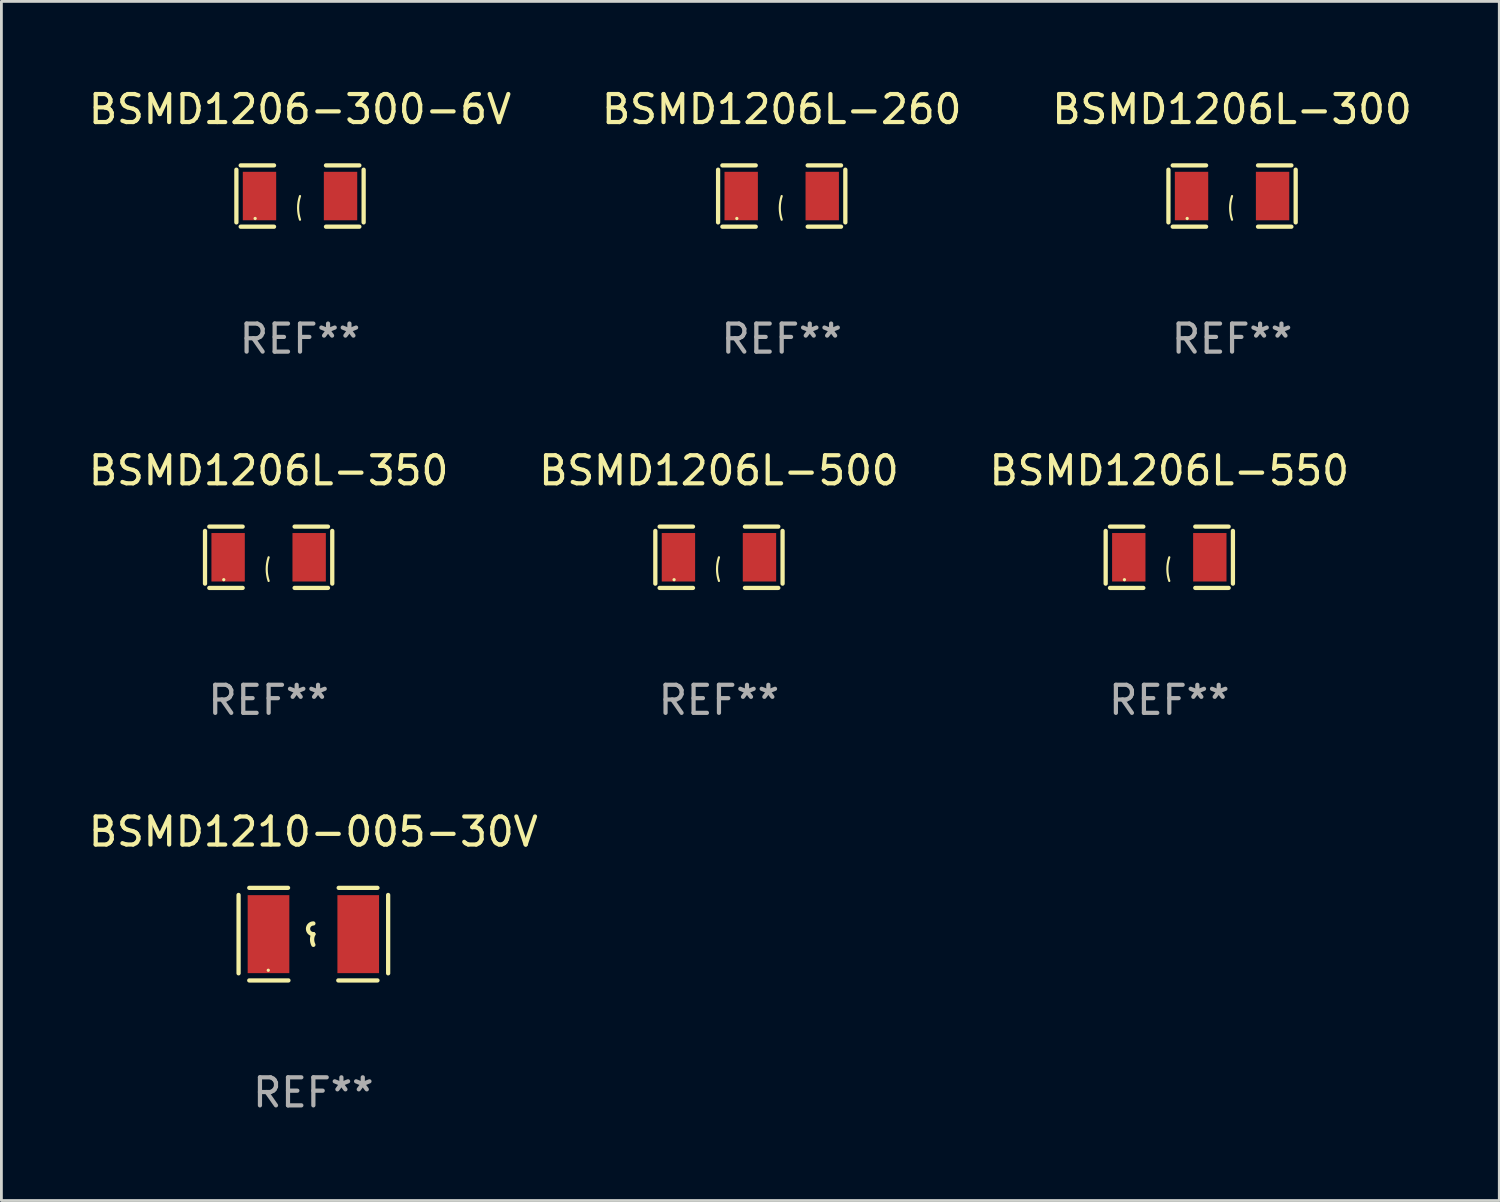
<source format=kicad_pcb>
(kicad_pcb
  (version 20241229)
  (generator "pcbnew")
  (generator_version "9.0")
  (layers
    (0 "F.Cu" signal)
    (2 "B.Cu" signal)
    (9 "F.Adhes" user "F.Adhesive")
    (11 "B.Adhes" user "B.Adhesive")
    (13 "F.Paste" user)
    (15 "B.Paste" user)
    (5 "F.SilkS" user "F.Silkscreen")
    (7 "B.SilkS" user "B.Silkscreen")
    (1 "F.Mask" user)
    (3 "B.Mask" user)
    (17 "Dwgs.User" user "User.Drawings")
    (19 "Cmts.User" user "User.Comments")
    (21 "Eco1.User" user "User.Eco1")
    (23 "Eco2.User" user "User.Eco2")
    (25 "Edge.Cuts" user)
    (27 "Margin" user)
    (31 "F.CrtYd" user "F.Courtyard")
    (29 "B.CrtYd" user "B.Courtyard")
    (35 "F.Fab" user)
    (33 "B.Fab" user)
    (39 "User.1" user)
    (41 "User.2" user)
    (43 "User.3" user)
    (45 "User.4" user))
  (footprint "BSMD1206L-500"
    (layer "F.Cu")
    (at 22.589 16.823)
    (property "Reference" "BSMD1206L-500" (at 0 -3.093 0) (layer "F.SilkS") (effects (font (size 1 1) (thickness 0.15))))
    (attr through_hole)
    (fp_line (start -2.269 -0.94) (end -2.269 0.94) (stroke (width 0.152) (type solid)) (layer "F.SilkS"))
    (fp_line (start -2.116 1.093) (end -0.926 1.093) (stroke (width 0.152) (type solid)) (layer "F.SilkS"))
    (fp_line (start -0.926 -1.093) (end -2.116 -1.093) (stroke (width 0.152) (type solid)) (layer "F.SilkS"))
    (fp_line (start 0.926 -1.093) (end 2.116 -1.093) (stroke (width 0.152) (type solid)) (layer "F.SilkS"))
    (fp_line (start 2.116 1.093) (end 0.926 1.093) (stroke (width 0.152) (type solid)) (layer "F.SilkS"))
    (fp_line (start 2.269 -0.94) (end 2.269 0.94) (stroke (width 0.152) (type solid)) (layer "F.SilkS"))
    (fp_arc (start 0 0.844951) (mid -0.068559 0.422475) (end 0 0) (stroke (width 0.0762) (type solid)) (layer "F.SilkS"))
    (fp_circle (center -1.6 0.8) (end -1.57 0.8) (stroke (width 0.06) (type solid)) (fill no) (layer "F.SilkS"))
    (fp_text user "REF**" (at 0 5.093 0) (layer "F.Fab") (effects (font (size 1 1) (thickness 0.15))))
    (pad "1" smd rect (at -1.445 0) (size 1.19 1.728) (layers "F.Cu" "F.Mask" "F.Paste"))
    (pad "2" smd rect (at 1.445 0) (size 1.19 1.728) (layers "F.Cu" "F.Mask" "F.Paste")))
  (footprint "BSMD1210-005-30V"
    (layer "F.Cu")
    (at 8.125 30.263)
    (property "Reference" "BSMD1210-005-30V" (at 0 -3.651 0) (layer "F.SilkS") (effects (font (size 1 1) (thickness 0.15))))
    (attr through_hole)
    (fp_line (start -2.667 -1.397) (end -2.667 1.397) (stroke (width 0.152) (type solid)) (layer "F.SilkS"))
    (fp_line (start -2.286 -1.651) (end -0.903 -1.651) (stroke (width 0.152) (type solid)) (layer "F.SilkS"))
    (fp_line (start -0.889 1.651) (end -2.286 1.651) (stroke (width 0.152) (type solid)) (layer "F.SilkS"))
    (fp_line (start 0.889 1.651) (end 2.286 1.651) (stroke (width 0.152) (type solid)) (layer "F.SilkS"))
    (fp_line (start 2.286 -1.651) (end 0.903 -1.651) (stroke (width 0.152) (type solid)) (layer "F.SilkS"))
    (fp_line (start 2.667 -1.397) (end 2.667 1.397) (stroke (width 0.152) (type solid)) (layer "F.SilkS"))
    (fp_arc (start 0 0) (mid -0.1905 -0.1905) (end 0 -0.381) (stroke (width 0.151994) (type solid)) (layer "F.SilkS"))
    (fp_arc (start 0 0.381001) (mid -0.044971 0.1905) (end 0 0) (stroke (width 0.151994) (type solid)) (layer "F.SilkS"))
    (fp_circle (center -1.608 1.288) (end -1.578 1.288) (stroke (width 0.06) (type solid)) (fill no) (layer "F.SilkS"))
    (fp_text user "REF**" (at 0 5.651 0) (layer "F.Fab") (effects (font (size 1 1) (thickness 0.15))))
    (pad "1" smd rect (at -1.6 0) (size 1.485 2.781) (layers "F.Cu" "F.Mask" "F.Paste"))
    (pad "2" smd rect (at 1.6 0) (size 1.485 2.781) (layers "F.Cu" "F.Mask" "F.Paste")))
  (footprint "BSMD1206L-300"
    (layer "F.Cu")
    (at 40.887 3.941)
    (property "Reference" "BSMD1206L-300" (at 0 -3.093 0) (layer "F.SilkS") (effects (font (size 1 1) (thickness 0.15))))
    (attr through_hole)
    (fp_line (start -2.269 -0.94) (end -2.269 0.94) (stroke (width 0.152) (type solid)) (layer "F.SilkS"))
    (fp_line (start -2.116 1.093) (end -0.926 1.093) (stroke (width 0.152) (type solid)) (layer "F.SilkS"))
    (fp_line (start -0.926 -1.093) (end -2.116 -1.093) (stroke (width 0.152) (type solid)) (layer "F.SilkS"))
    (fp_line (start 0.926 -1.093) (end 2.116 -1.093) (stroke (width 0.152) (type solid)) (layer "F.SilkS"))
    (fp_line (start 2.116 1.093) (end 0.926 1.093) (stroke (width 0.152) (type solid)) (layer "F.SilkS"))
    (fp_line (start 2.269 -0.94) (end 2.269 0.94) (stroke (width 0.152) (type solid)) (layer "F.SilkS"))
    (fp_arc (start 0 0.844951) (mid -0.068559 0.422475) (end 0 0) (stroke (width 0.0762) (type solid)) (layer "F.SilkS"))
    (fp_circle (center -1.6 0.8) (end -1.57 0.8) (stroke (width 0.06) (type solid)) (fill no) (layer "F.SilkS"))
    (fp_text user "REF**" (at 0 5.093 0) (layer "F.Fab") (effects (font (size 1 1) (thickness 0.15))))
    (pad "1" smd rect (at -1.445 0) (size 1.19 1.728) (layers "F.Cu" "F.Mask" "F.Paste"))
    (pad "2" smd rect (at 1.445 0) (size 1.19 1.728) (layers "F.Cu" "F.Mask" "F.Paste")))
  (footprint "BSMD1206-300-6V"
    (layer "F.Cu")
    (at 7.649 3.941)
    (property "Reference" "BSMD1206-300-6V" (at 0 -3.093 0) (layer "F.SilkS") (effects (font (size 1 1) (thickness 0.15))))
    (attr through_hole)
    (fp_line (start -2.269 -0.94) (end -2.269 0.94) (stroke (width 0.152) (type solid)) (layer "F.SilkS"))
    (fp_line (start -2.116 1.093) (end -0.926 1.093) (stroke (width 0.152) (type solid)) (layer "F.SilkS"))
    (fp_line (start -0.926 -1.093) (end -2.116 -1.093) (stroke (width 0.152) (type solid)) (layer "F.SilkS"))
    (fp_line (start 0.926 -1.093) (end 2.116 -1.093) (stroke (width 0.152) (type solid)) (layer "F.SilkS"))
    (fp_line (start 2.116 1.093) (end 0.926 1.093) (stroke (width 0.152) (type solid)) (layer "F.SilkS"))
    (fp_line (start 2.269 -0.94) (end 2.269 0.94) (stroke (width 0.152) (type solid)) (layer "F.SilkS"))
    (fp_arc (start 0 0.844951) (mid -0.068559 0.422475) (end 0 0) (stroke (width 0.0762) (type solid)) (layer "F.SilkS"))
    (fp_circle (center -1.6 0.8) (end -1.57 0.8) (stroke (width 0.06) (type solid)) (fill no) (layer "F.SilkS"))
    (fp_text user "REF**" (at 0 5.093 0) (layer "F.Fab") (effects (font (size 1 1) (thickness 0.15))))
    (pad "1" smd rect (at -1.445 0) (size 1.19 1.728) (layers "F.Cu" "F.Mask" "F.Paste"))
    (pad "2" smd rect (at 1.445 0) (size 1.19 1.728) (layers "F.Cu" "F.Mask" "F.Paste")))
  (footprint "BSMD1206L-550"
    (layer "F.Cu")
    (at 38.649 16.823)
    (property "Reference" "BSMD1206L-550" (at 0 -3.093 0) (layer "F.SilkS") (effects (font (size 1 1) (thickness 0.15))))
    (attr through_hole)
    (fp_line (start -2.269 -0.94) (end -2.269 0.94) (stroke (width 0.152) (type solid)) (layer "F.SilkS"))
    (fp_line (start -2.116 1.093) (end -0.926 1.093) (stroke (width 0.152) (type solid)) (layer "F.SilkS"))
    (fp_line (start -0.926 -1.093) (end -2.116 -1.093) (stroke (width 0.152) (type solid)) (layer "F.SilkS"))
    (fp_line (start 0.926 -1.093) (end 2.116 -1.093) (stroke (width 0.152) (type solid)) (layer "F.SilkS"))
    (fp_line (start 2.116 1.093) (end 0.926 1.093) (stroke (width 0.152) (type solid)) (layer "F.SilkS"))
    (fp_line (start 2.269 -0.94) (end 2.269 0.94) (stroke (width 0.152) (type solid)) (layer "F.SilkS"))
    (fp_arc (start 0 0.844951) (mid -0.068559 0.422475) (end 0 0) (stroke (width 0.0762) (type solid)) (layer "F.SilkS"))
    (fp_circle (center -1.6 0.8) (end -1.57 0.8) (stroke (width 0.06) (type solid)) (fill no) (layer "F.SilkS"))
    (fp_text user "REF**" (at 0 5.093 0) (layer "F.Fab") (effects (font (size 1 1) (thickness 0.15))))
    (pad "1" smd rect (at -1.445 0) (size 1.19 1.728) (layers "F.Cu" "F.Mask" "F.Paste"))
    (pad "2" smd rect (at 1.445 0) (size 1.19 1.728) (layers "F.Cu" "F.Mask" "F.Paste")))
  (footprint "BSMD1206L-260"
    (layer "F.Cu")
    (at 24.827 3.941)
    (property "Reference" "BSMD1206L-260" (at 0 -3.093 0) (layer "F.SilkS") (effects (font (size 1 1) (thickness 0.15))))
    (attr through_hole)
    (fp_line (start -2.269 -0.94) (end -2.269 0.94) (stroke (width 0.152) (type solid)) (layer "F.SilkS"))
    (fp_line (start -2.116 1.093) (end -0.926 1.093) (stroke (width 0.152) (type solid)) (layer "F.SilkS"))
    (fp_line (start -0.926 -1.093) (end -2.116 -1.093) (stroke (width 0.152) (type solid)) (layer "F.SilkS"))
    (fp_line (start 0.926 -1.093) (end 2.116 -1.093) (stroke (width 0.152) (type solid)) (layer "F.SilkS"))
    (fp_line (start 2.116 1.093) (end 0.926 1.093) (stroke (width 0.152) (type solid)) (layer "F.SilkS"))
    (fp_line (start 2.269 -0.94) (end 2.269 0.94) (stroke (width 0.152) (type solid)) (layer "F.SilkS"))
    (fp_arc (start 0 0.844951) (mid -0.068559 0.422475) (end 0 0) (stroke (width 0.0762) (type solid)) (layer "F.SilkS"))
    (fp_circle (center -1.6 0.8) (end -1.57 0.8) (stroke (width 0.06) (type solid)) (fill no) (layer "F.SilkS"))
    (fp_text user "REF**" (at 0 5.093 0) (layer "F.Fab") (effects (font (size 1 1) (thickness 0.15))))
    (pad "1" smd rect (at -1.445 0) (size 1.19 1.728) (layers "F.Cu" "F.Mask" "F.Paste"))
    (pad "2" smd rect (at 1.445 0) (size 1.19 1.728) (layers "F.Cu" "F.Mask" "F.Paste")))
  (footprint "BSMD1206L-350"
    (layer "F.Cu")
    (at 6.53 16.823)
    (property "Reference" "BSMD1206L-350" (at 0 -3.093 0) (layer "F.SilkS") (effects (font (size 1 1) (thickness 0.15))))
    (attr through_hole)
    (fp_line (start -2.269 -0.94) (end -2.269 0.94) (stroke (width 0.152) (type solid)) (layer "F.SilkS"))
    (fp_line (start -2.116 1.093) (end -0.926 1.093) (stroke (width 0.152) (type solid)) (layer "F.SilkS"))
    (fp_line (start -0.926 -1.093) (end -2.116 -1.093) (stroke (width 0.152) (type solid)) (layer "F.SilkS"))
    (fp_line (start 0.926 -1.093) (end 2.116 -1.093) (stroke (width 0.152) (type solid)) (layer "F.SilkS"))
    (fp_line (start 2.116 1.093) (end 0.926 1.093) (stroke (width 0.152) (type solid)) (layer "F.SilkS"))
    (fp_line (start 2.269 -0.94) (end 2.269 0.94) (stroke (width 0.152) (type solid)) (layer "F.SilkS"))
    (fp_arc (start 0 0.844951) (mid -0.068559 0.422475) (end 0 0) (stroke (width 0.0762) (type solid)) (layer "F.SilkS"))
    (fp_circle (center -1.6 0.8) (end -1.57 0.8) (stroke (width 0.06) (type solid)) (fill no) (layer "F.SilkS"))
    (fp_text user "REF**" (at 0 5.093 0) (layer "F.Fab") (effects (font (size 1 1) (thickness 0.15))))
    (pad "1" smd rect (at -1.445 0) (size 1.19 1.728) (layers "F.Cu" "F.Mask" "F.Paste"))
    (pad "2" smd rect (at 1.445 0) (size 1.19 1.728) (layers "F.Cu" "F.Mask" "F.Paste")))
  (gr_rect
    (start -3 -3)
    (end 50.417 39.762)
    (stroke (width 0.1) (type default))
    (fill no)
    (layer "Edge.Cuts")))
</source>
